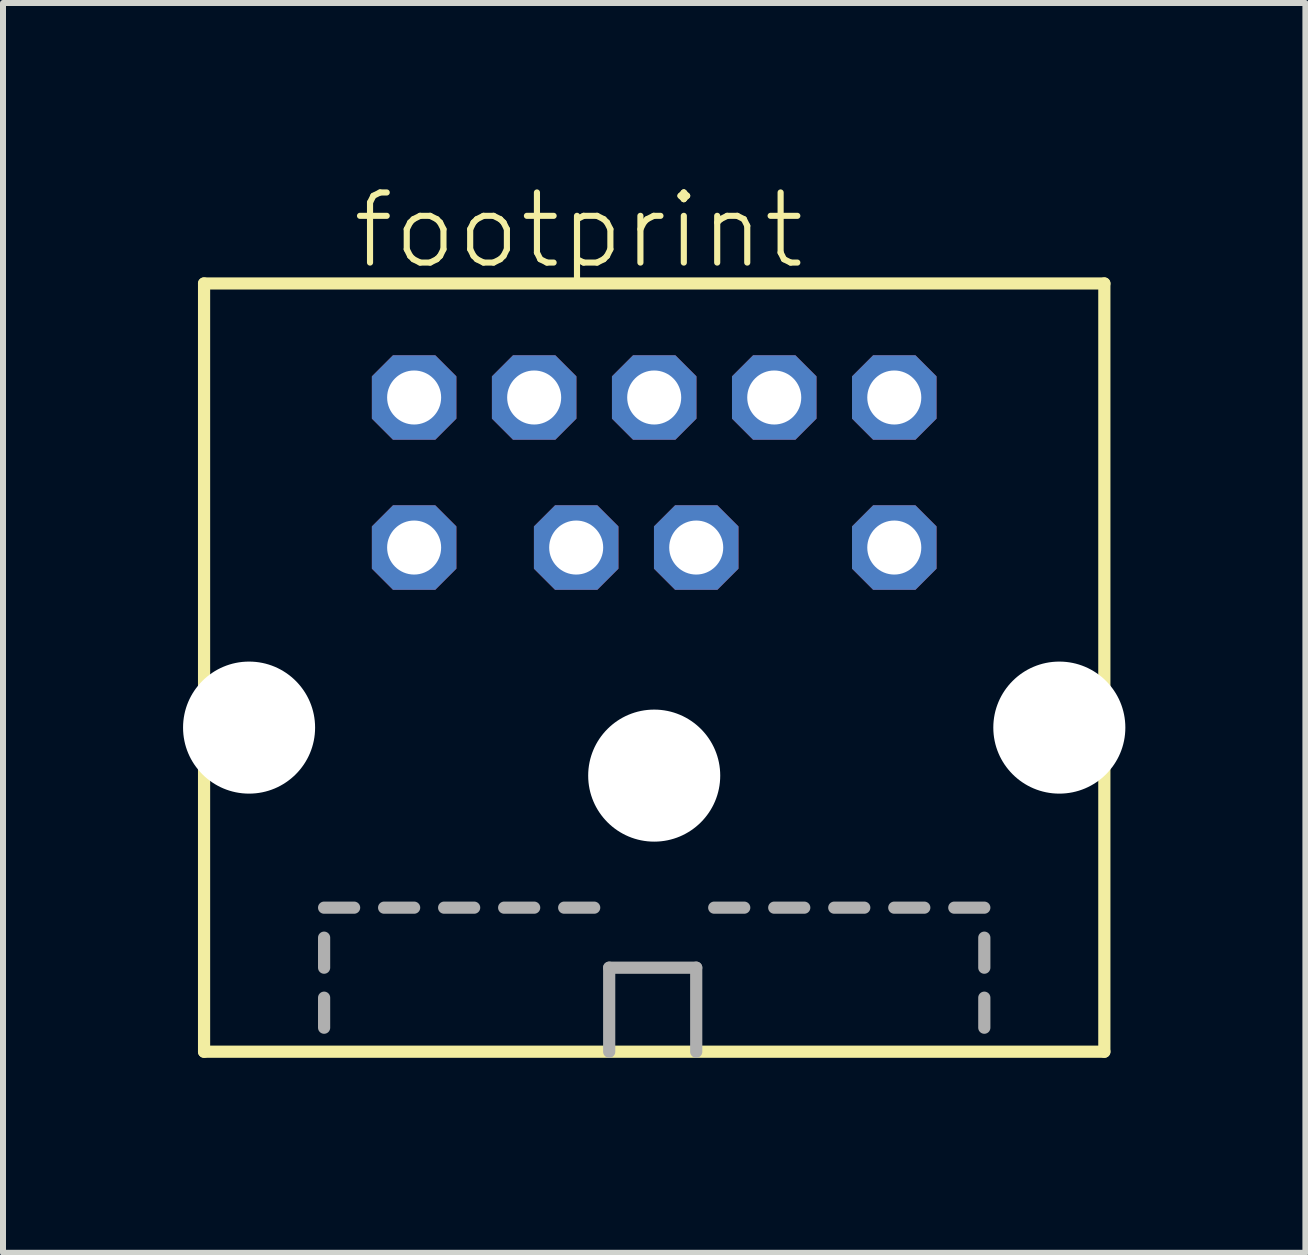
<source format=kicad_pcb>
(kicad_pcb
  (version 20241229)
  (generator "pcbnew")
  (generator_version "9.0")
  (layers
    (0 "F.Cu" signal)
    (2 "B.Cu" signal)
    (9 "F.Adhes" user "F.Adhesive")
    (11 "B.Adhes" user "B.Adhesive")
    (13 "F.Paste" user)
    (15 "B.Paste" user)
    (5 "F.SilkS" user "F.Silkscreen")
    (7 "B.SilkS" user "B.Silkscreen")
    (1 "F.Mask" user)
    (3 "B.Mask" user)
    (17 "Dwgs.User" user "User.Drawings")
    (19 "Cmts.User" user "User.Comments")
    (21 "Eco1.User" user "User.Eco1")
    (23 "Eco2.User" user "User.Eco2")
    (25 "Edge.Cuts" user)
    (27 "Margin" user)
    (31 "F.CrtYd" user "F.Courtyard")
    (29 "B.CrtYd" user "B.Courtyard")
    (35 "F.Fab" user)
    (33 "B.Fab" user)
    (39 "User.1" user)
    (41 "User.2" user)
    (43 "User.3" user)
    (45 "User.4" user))
  (footprint "footprint"
    (layer "F.Cu")
    (at 7.85 14.573)
    (property "Reference" "footprint" (at -5.08 -13.1 0) (layer "F.SilkS") (effects (font (size 1.168 1.168) (thickness 0.102)) (justify left bottom)))
    (fp_line (start -7.5 -12.9) (end -7.5 -0.1) (stroke (width 0.203) (type solid)) (layer "F.SilkS"))
    (fp_line (start -7.5 -0.1) (end 7.5 -0.1) (stroke (width 0.203) (type solid)) (layer "F.SilkS"))
    (fp_line (start 7.5 -12.9) (end -7.5 -12.9) (stroke (width 0.203) (type solid)) (layer "F.SilkS"))
    (fp_line (start 7.5 -0.1) (end 7.5 -12.9) (stroke (width 0.203) (type solid)) (layer "F.SilkS"))
    (fp_line (start -5.5 -2.5) (end -5 -2.5) (stroke (width 0.203) (type solid)) (layer "F.Fab"))
    (fp_line (start -5.5 -1.5) (end -5.5 -2) (stroke (width 0.203) (type solid)) (layer "F.Fab"))
    (fp_line (start -5.5 -0.5) (end -5.5 -1) (stroke (width 0.203) (type solid)) (layer "F.Fab"))
    (fp_line (start -4.5 -2.5) (end -4 -2.5) (stroke (width 0.203) (type solid)) (layer "F.Fab"))
    (fp_line (start -3.5 -2.5) (end -3 -2.5) (stroke (width 0.203) (type solid)) (layer "F.Fab"))
    (fp_line (start -2.5 -2.5) (end -2 -2.5) (stroke (width 0.203) (type solid)) (layer "F.Fab"))
    (fp_line (start -1.5 -2.5) (end -1 -2.5) (stroke (width 0.203) (type solid)) (layer "F.Fab"))
    (fp_line (start -0.75 -1.5) (end 0.7 -1.5) (stroke (width 0.203) (type solid)) (layer "F.Fab"))
    (fp_line (start -0.75 -0.1) (end -0.75 -1.5) (stroke (width 0.203) (type solid)) (layer "F.Fab"))
    (fp_line (start 0.7 -1.5) (end 0.7 -0.1) (stroke (width 0.203) (type solid)) (layer "F.Fab"))
    (fp_line (start 1 -2.5) (end 1.5 -2.5) (stroke (width 0.203) (type solid)) (layer "F.Fab"))
    (fp_line (start 2 -2.5) (end 2.5 -2.5) (stroke (width 0.203) (type solid)) (layer "F.Fab"))
    (fp_line (start 3 -2.5) (end 3.5 -2.5) (stroke (width 0.203) (type solid)) (layer "F.Fab"))
    (fp_line (start 4 -2.5) (end 4.5 -2.5) (stroke (width 0.203) (type solid)) (layer "F.Fab"))
    (fp_line (start 5 -2.5) (end 5.5 -2.5) (stroke (width 0.203) (type solid)) (layer "F.Fab"))
    (fp_line (start 5.5 -1.5) (end 5.5 -2) (stroke (width 0.203) (type solid)) (layer "F.Fab"))
    (fp_line (start 5.5 -0.5) (end 5.5 -1) (stroke (width 0.203) (type solid)) (layer "F.Fab"))
    (pad "" np_thru_hole circle (at -6.75 -5.5) (size 2.2 2.2) (drill 2.2) (layers "*.Cu" "*.Mask"))
    (pad "" np_thru_hole circle (at 0 -4.7) (size 2.2 2.2) (drill 2.2) (layers "*.Cu" "*.Mask"))
    (pad "" np_thru_hole circle (at 6.75 -5.5) (size 2.2 2.2) (drill 2.2) (layers "*.Cu" "*.Mask"))
    (pad "1" thru_hole roundrect (at 0.7 -8.5) (size 1.408 1.408) (drill 0.9) (layers "*.Cu" "*.Mask") (roundrect_rratio 0.25) (chamfer_ratio 0.25) (chamfer top_left top_right bottom_left bottom_right))
    (pad "2" thru_hole roundrect (at -1.3 -8.5) (size 1.408 1.408) (drill 0.9) (layers "*.Cu" "*.Mask") (roundrect_rratio 0.25) (chamfer_ratio 0.25) (chamfer top_left top_right bottom_left bottom_right))
    (pad "3" thru_hole roundrect (at 4 -8.5) (size 1.408 1.408) (drill 0.9) (layers "*.Cu" "*.Mask") (roundrect_rratio 0.25) (chamfer_ratio 0.25) (chamfer top_left top_right bottom_left bottom_right))
    (pad "4" thru_hole roundrect (at 2 -11) (size 1.408 1.408) (drill 0.9) (layers "*.Cu" "*.Mask") (roundrect_rratio 0.25) (chamfer_ratio 0.25) (chamfer top_left top_right bottom_left bottom_right))
    (pad "5" thru_hole roundrect (at 0 -11) (size 1.408 1.408) (drill 0.9) (layers "*.Cu" "*.Mask") (roundrect_rratio 0.25) (chamfer_ratio 0.25) (chamfer top_left top_right bottom_left bottom_right))
    (pad "6" thru_hole roundrect (at -4 -8.5) (size 1.408 1.408) (drill 0.9) (layers "*.Cu" "*.Mask") (roundrect_rratio 0.25) (chamfer_ratio 0.25) (chamfer top_left top_right bottom_left bottom_right))
    (pad "7" thru_hole roundrect (at 4 -11) (size 1.408 1.408) (drill 0.9) (layers "*.Cu" "*.Mask") (roundrect_rratio 0.25) (chamfer_ratio 0.25) (chamfer top_left top_right bottom_left bottom_right))
    (pad "8" thru_hole roundrect (at -2 -11) (size 1.408 1.408) (drill 0.9) (layers "*.Cu" "*.Mask") (roundrect_rratio 0.25) (chamfer_ratio 0.25) (chamfer top_left top_right bottom_left bottom_right))
    (pad "9" thru_hole roundrect (at -4 -11) (size 1.408 1.408) (drill 0.9) (layers "*.Cu" "*.Mask") (roundrect_rratio 0.25) (chamfer_ratio 0.25) (chamfer top_left top_right bottom_left bottom_right)))
  (gr_rect
    (start -3 -3)
    (end 18.7 17.823)
    (stroke (width 0.1) (type default))
    (fill no)
    (layer "Edge.Cuts")))
</source>
